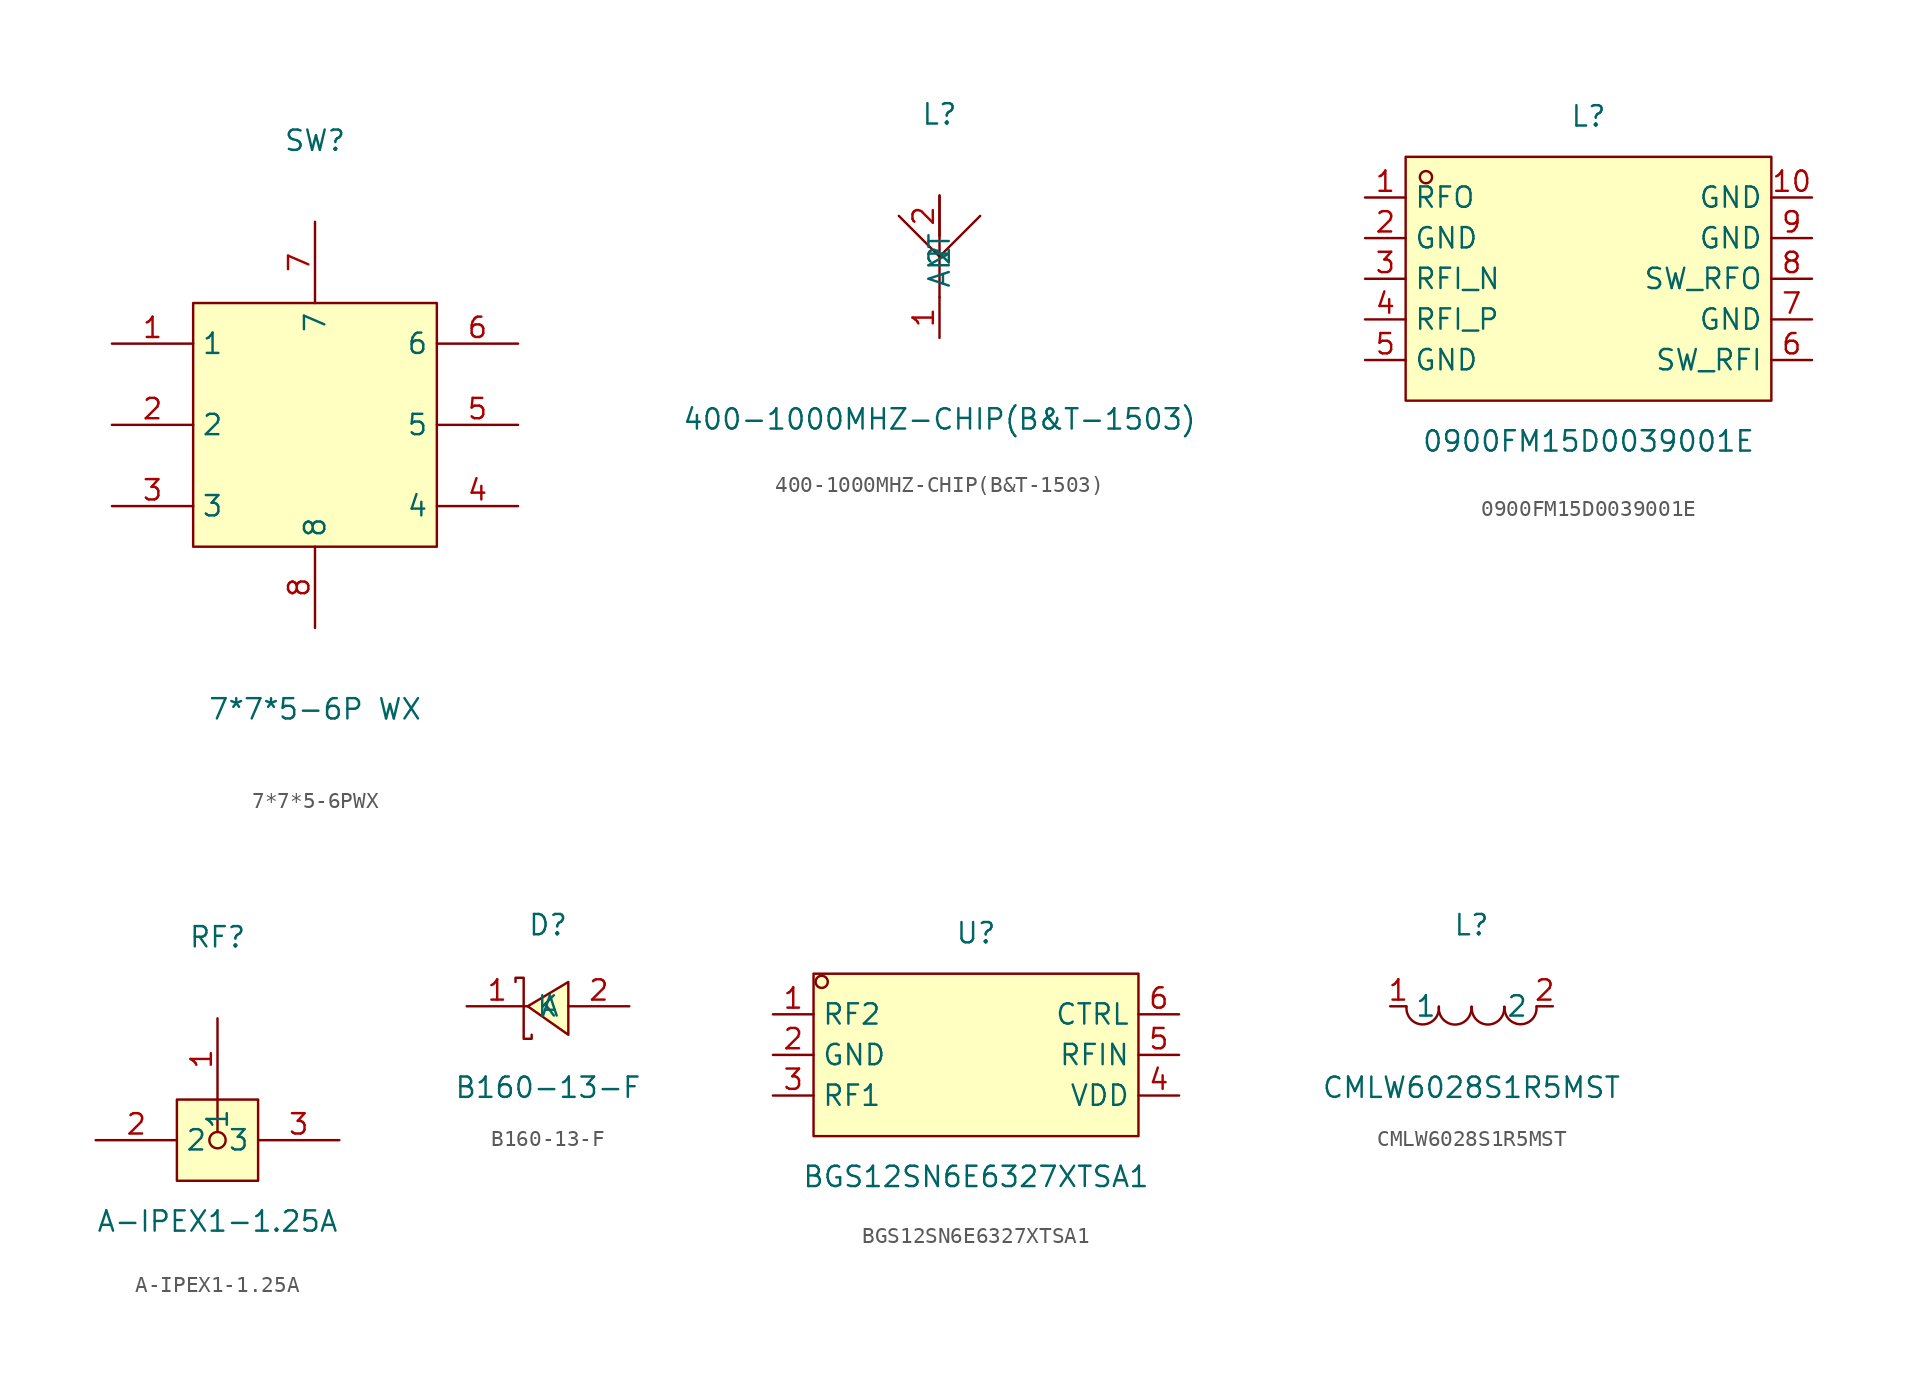
<source format=kicad_sym>
(kicad_symbol_lib
  (version 20241209)
  (generator "kicad_symbol_editor")
  (generator_version "9.0")
  (symbol "7*7*5-6PWX"
    (property "Reference" "SW"
      (at 0 17.78 0)
      (effects (font (size 1.27 1.27))))
    (property "Value" "7*7*5-6P WX"
      (at 0 -17.78 0)
      (effects (font (size 1.27 1.27))))
    (symbol "7*7*5-6PWX_0_1"
      (rectangle (start -7.62 7.62) (end 7.62 -7.62) (stroke (width 0) (type default)) (fill (type background)))
      (pin unspecified line (at -12.7 5.08 0) (length 5.08) (name "1" (effects (font (size 1.27 1.27)))) (number "1" (effects (font (size 1.27 1.27)))))
      (pin unspecified line (at -12.7 0 0) (length 5.08) (name "2" (effects (font (size 1.27 1.27)))) (number "2" (effects (font (size 1.27 1.27)))))
      (pin unspecified line (at -12.7 -5.08 0) (length 5.08) (name "3" (effects (font (size 1.27 1.27)))) (number "3" (effects (font (size 1.27 1.27)))))
      (pin unspecified line (at 0 12.7 270) (length 5.08) (name "7" (effects (font (size 1.27 1.27)))) (number "7" (effects (font (size 1.27 1.27)))))
      (pin unspecified line (at 0 -12.7 90) (length 5.08) (name "8" (effects (font (size 1.27 1.27)))) (number "8" (effects (font (size 1.27 1.27)))))
      (pin unspecified line (at 12.7 5.08 180) (length 5.08) (name "6" (effects (font (size 1.27 1.27)))) (number "6" (effects (font (size 1.27 1.27)))))
      (pin unspecified line (at 12.7 0 180) (length 5.08) (name "5" (effects (font (size 1.27 1.27)))) (number "5" (effects (font (size 1.27 1.27)))))
      (pin unspecified line (at 12.7 -5.08 180) (length 5.08) (name "4" (effects (font (size 1.27 1.27)))) (number "4" (effects (font (size 1.27 1.27)))))))
  (symbol "400-1000MHZ-CHIP(B&T-1503)"
    (property "Reference" "L"
      (at 0 8.89 0)
      (effects (font (size 1.27 1.27))))
    (property "Value" "400-1000MHZ-CHIP(B&T-1503)"
      (at 0 -10.16 0)
      (effects (font (size 1.27 1.27))))
    (symbol "400-1000MHZ-CHIP(B&T-1503)_0_1"
      (polyline (pts (xy 0 0) (xy -2.54 2.54)) (stroke (width 0) (type default)) (fill (type none)))
      (polyline (pts (xy 0 0) (xy 0 3.81)) (stroke (width 0) (type default)) (fill (type none)))
      (polyline (pts (xy 0 0) (xy 0 -2.54)) (stroke (width 0) (type default)) (fill (type none)))
      (polyline (pts (xy 2.54 2.54) (xy 0 0)) (stroke (width 0) (type default)) (fill (type none)))
      (pin unspecified line (at 0 3.81 270) (length 2.54) (name "2" (effects (font (size 1.27 1.27)))) (number "2" (effects (font (size 1.27 1.27)))))
      (pin unspecified line (at 0 -5.08 90) (length 2.54) (name "ANT" (effects (font (size 1.27 1.27)))) (number "1" (effects (font (size 1.27 1.27)))))))
  (symbol "0900FM15D0039001E"
    (property "Reference" "L"
      (at 0 10.16 0)
      (effects (font (size 1.27 1.27))))
    (property "Value" "0900FM15D0039001E"
      (at 0 -10.16 0)
      (effects (font (size 1.27 1.27))))
    (symbol "0900FM15D0039001E_0_1"
      (rectangle (start -11.43 7.62) (end 11.43 -7.62) (stroke (width 0) (type default)) (fill (type background)))
      (circle (center -10.16 6.35) (radius 0.38) (stroke (width 0) (type default)) (fill (type none)))
      (pin unspecified line (at -13.97 5.08 0) (length 2.54) (name "RFO" (effects (font (size 1.27 1.27)))) (number "1" (effects (font (size 1.27 1.27)))))
      (pin unspecified line (at -13.97 2.54 0) (length 2.54) (name "GND" (effects (font (size 1.27 1.27)))) (number "2" (effects (font (size 1.27 1.27)))))
      (pin unspecified line (at -13.97 0 0) (length 2.54) (name "RFI_N" (effects (font (size 1.27 1.27)))) (number "3" (effects (font (size 1.27 1.27)))))
      (pin unspecified line (at -13.97 -2.54 0) (length 2.54) (name "RFI_P" (effects (font (size 1.27 1.27)))) (number "4" (effects (font (size 1.27 1.27)))))
      (pin unspecified line (at -13.97 -5.08 0) (length 2.54) (name "GND" (effects (font (size 1.27 1.27)))) (number "5" (effects (font (size 1.27 1.27)))))
      (pin unspecified line (at 13.97 5.08 180) (length 2.54) (name "GND" (effects (font (size 1.27 1.27)))) (number "10" (effects (font (size 1.27 1.27)))))
      (pin unspecified line (at 13.97 2.54 180) (length 2.54) (name "GND" (effects (font (size 1.27 1.27)))) (number "9" (effects (font (size 1.27 1.27)))))
      (pin unspecified line (at 13.97 0 180) (length 2.54) (name "SW_RFO" (effects (font (size 1.27 1.27)))) (number "8" (effects (font (size 1.27 1.27)))))
      (pin unspecified line (at 13.97 -2.54 180) (length 2.54) (name "GND" (effects (font (size 1.27 1.27)))) (number "7" (effects (font (size 1.27 1.27)))))
      (pin unspecified line (at 13.97 -5.08 180) (length 2.54) (name "SW_RFI" (effects (font (size 1.27 1.27)))) (number "6" (effects (font (size 1.27 1.27)))))))
  (symbol "A-IPEX1-1.25A"
    (property "Reference" "RF"
      (at 0 10.16 0)
      (effects (font (size 1.27 1.27))))
    (property "Value" "A-IPEX1-1.25A"
      (at 0 -7.62 0)
      (effects (font (size 1.27 1.27))))
    (symbol "A-IPEX1-1.25A_0_1"
      (rectangle (start -2.54 0) (end 2.54 -5.08) (stroke (width 0) (type default)) (fill (type background)))
      (polyline (pts (xy 0 -2.03) (xy 0 0)) (stroke (width 0) (type default)) (fill (type none)))
      (circle (center 0 -2.54) (radius 0.51) (stroke (width 0) (type default)) (fill (type none)))
      (pin unspecified line (at -7.62 -2.54 0) (length 5.08) (name "2" (effects (font (size 1.27 1.27)))) (number "2" (effects (font (size 1.27 1.27)))))
      (pin unspecified line (at 0 5.08 270) (length 5.08) (name "1" (effects (font (size 1.27 1.27)))) (number "1" (effects (font (size 1.27 1.27)))))
      (pin unspecified line (at 7.62 -2.54 180) (length 5.08) (name "3" (effects (font (size 1.27 1.27)))) (number "3" (effects (font (size 1.27 1.27)))))))
  (symbol "B160-13-F"
    (property "Reference" "D"
      (at 0 5.08 0)
      (effects (font (size 1.27 1.27))))
    (property "Value" "B160-13-F"
      (at 0 -5.08 0)
      (effects (font (size 1.27 1.27))))
    (symbol "B160-13-F_0_1"
      (polyline (pts (xy -2.03 1.52) (xy -2.03 1.78) (xy -1.52 1.78) (xy -1.52 -2.03) (xy -1.02 -2.03) (xy -1.02 -1.78)) (stroke (width 0) (type default)) (fill (type none)))
      (polyline (pts (xy 1.27 1.52) (xy -1.27 0) (xy 1.27 -1.78) (xy 1.27 1.52)) (stroke (width 0) (type default)) (fill (type background)))
      (pin unspecified line (at -5.08 0 0) (length 3.81) (name "K" (effects (font (size 1.27 1.27)))) (number "1" (effects (font (size 1.27 1.27)))))
      (pin unspecified line (at 5.08 0 180) (length 3.81) (name "A" (effects (font (size 1.27 1.27)))) (number "2" (effects (font (size 1.27 1.27)))))))
  (symbol "BGS12SN6E6327XTSA1"
    (property "Reference" "U"
      (at 0 7.62 0)
      (effects (font (size 1.27 1.27))))
    (property "Value" "BGS12SN6E6327XTSA1"
      (at 0 -7.62 0)
      (effects (font (size 1.27 1.27))))
    (symbol "BGS12SN6E6327XTSA1_0_1"
      (rectangle (start -10.16 5.08) (end 10.16 -5.08) (stroke (width 0) (type default)) (fill (type background)))
      (circle (center -9.65 4.57) (radius 0.38) (stroke (width 0) (type default)) (fill (type none)))
      (pin unspecified line (at -12.7 2.54 0) (length 2.54) (name "RF2" (effects (font (size 1.27 1.27)))) (number "1" (effects (font (size 1.27 1.27)))))
      (pin unspecified line (at -12.7 0 0) (length 2.54) (name "GND" (effects (font (size 1.27 1.27)))) (number "2" (effects (font (size 1.27 1.27)))))
      (pin unspecified line (at -12.7 -2.54 0) (length 2.54) (name "RF1" (effects (font (size 1.27 1.27)))) (number "3" (effects (font (size 1.27 1.27)))))
      (pin unspecified line (at 12.7 2.54 180) (length 2.54) (name "CTRL" (effects (font (size 1.27 1.27)))) (number "6" (effects (font (size 1.27 1.27)))))
      (pin unspecified line (at 12.7 0 180) (length 2.54) (name "RFIN" (effects (font (size 1.27 1.27)))) (number "5" (effects (font (size 1.27 1.27)))))
      (pin unspecified line (at 12.7 -2.54 180) (length 2.54) (name "VDD" (effects (font (size 1.27 1.27)))) (number "4" (effects (font (size 1.27 1.27)))))))
  (symbol "CMLW6028S1R5MST"
    (property "Reference" "L"
      (at 0 5.08 0)
      (effects (font (size 1.27 1.27))))
    (property "Value" "CMLW6028S1R5MST"
      (at 0 -5.08 0)
      (effects (font (size 1.27 1.27))))
    (symbol "CMLW6028S1R5MST_0_1"
      (arc (start -2.04 -0.02) (mid -3.0445 -1.1335) (end -4.06 -0.03) (stroke (width 0) (type default)) (fill (type none)))
      (arc (start -0.01 -0.03) (mid -1.025 -1.1423) (end -2.04 -0.03) (stroke (width 0) (type default)) (fill (type none)))
      (arc (start 2.04 -0.03) (mid 1.03 -1.1403) (end 0.02 -0.03) (stroke (width 0) (type default)) (fill (type none)))
      (arc (start 4.06 -0.03) (mid 3.0704 -1.1229) (end 2.07 -0.04) (stroke (width 0) (type default)) (fill (type none)))
      (pin unspecified line (at -5.08 0 0) (length 1.016) (name "1" (effects (font (size 1.27 1.27)))) (number "1" (effects (font (size 1.27 1.27)))))
      (pin unspecified line (at 5.08 0 180) (length 1.016) (name "2" (effects (font (size 1.27 1.27)))) (number "2" (effects (font (size 1.27 1.27))))))))
</source>
